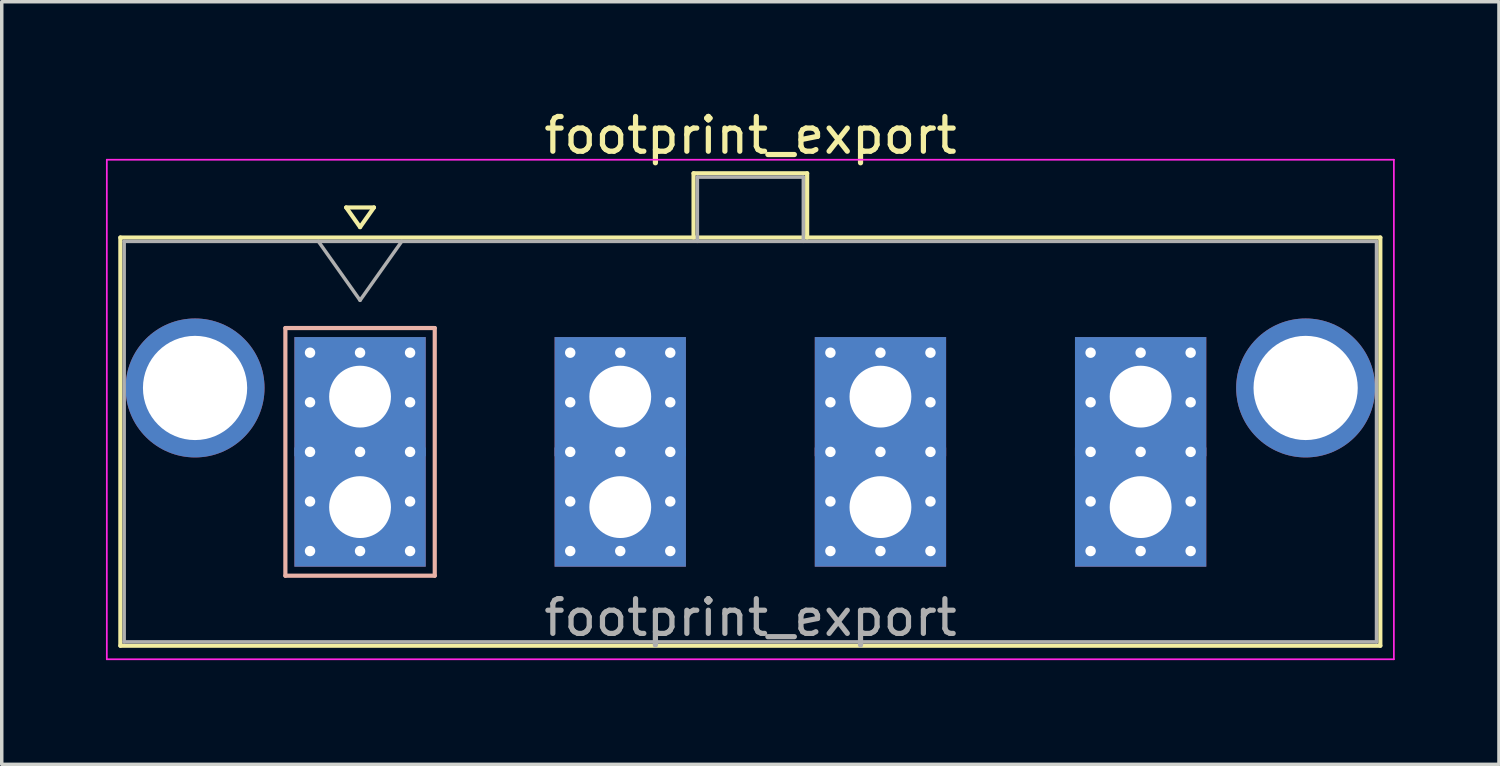
<source format=kicad_pcb>
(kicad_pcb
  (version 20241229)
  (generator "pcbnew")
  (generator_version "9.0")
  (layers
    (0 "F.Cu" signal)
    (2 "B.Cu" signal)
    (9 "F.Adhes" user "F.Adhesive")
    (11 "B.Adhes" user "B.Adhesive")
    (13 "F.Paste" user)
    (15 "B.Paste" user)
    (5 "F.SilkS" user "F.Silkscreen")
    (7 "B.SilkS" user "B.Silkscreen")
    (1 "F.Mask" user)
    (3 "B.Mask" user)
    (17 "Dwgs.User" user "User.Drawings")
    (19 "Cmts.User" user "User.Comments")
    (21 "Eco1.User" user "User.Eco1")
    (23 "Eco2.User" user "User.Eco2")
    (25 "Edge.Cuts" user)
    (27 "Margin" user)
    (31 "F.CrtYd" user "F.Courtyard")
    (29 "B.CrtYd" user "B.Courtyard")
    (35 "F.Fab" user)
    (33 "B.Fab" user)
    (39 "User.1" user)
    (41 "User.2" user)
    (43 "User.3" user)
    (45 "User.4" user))
  (footprint "footprint_export"
    (layer "F.Cu")
    (at 7.315 11.548)
    (property "Reference" "footprint_export" (at 11.24 -10.7 0) (layer "F.SilkS") (effects (font (size 1 1) (thickness 0.15))))
    (attr through_hole)
    (fp_line (start -6.9 -7.76) (end -6.9 3.99) (stroke (width 0.12) (type solid)) (layer "F.SilkS"))
    (fp_line (start -6.9 3.99) (end 29.37 3.99) (stroke (width 0.12) (type solid)) (layer "F.SilkS"))
    (fp_line (start -0.4 -8.626) (end 0 -8.06) (stroke (width 0.12) (type solid)) (layer "F.SilkS"))
    (fp_line (start 0 -8.06) (end 0.4 -8.626) (stroke (width 0.12) (type solid)) (layer "F.SilkS"))
    (fp_line (start 0.4 -8.626) (end -0.4 -8.626) (stroke (width 0.12) (type solid)) (layer "F.SilkS"))
    (fp_line (start 9.6 -9.61) (end 12.87 -9.61) (stroke (width 0.12) (type solid)) (layer "F.SilkS"))
    (fp_line (start 9.6 -7.76) (end 9.6 -9.61) (stroke (width 0.12) (type solid)) (layer "F.SilkS"))
    (fp_line (start 12.87 -9.61) (end 12.87 -7.76) (stroke (width 0.12) (type solid)) (layer "F.SilkS"))
    (fp_line (start 29.37 -7.76) (end -6.9 -7.76) (stroke (width 0.12) (type solid)) (layer "F.SilkS"))
    (fp_line (start 29.37 3.99) (end 29.37 -7.76) (stroke (width 0.12) (type solid)) (layer "F.SilkS"))
    (fp_line (start -2.15 -5.155) (end -2.15 1.975) (stroke (width 0.12) (type solid)) (layer "B.SilkS"))
    (fp_line (start -2.15 1.975) (end 2.15 1.975) (stroke (width 0.12) (type solid)) (layer "B.SilkS"))
    (fp_line (start 2.15 -5.155) (end -2.15 -5.155) (stroke (width 0.12) (type solid)) (layer "B.SilkS"))
    (fp_line (start 2.15 1.975) (end 2.15 -5.155) (stroke (width 0.12) (type solid)) (layer "B.SilkS"))
    (fp_line (start -7.29 -10) (end -7.29 4.38) (stroke (width 0.05) (type solid)) (layer "F.CrtYd"))
    (fp_line (start -7.29 4.38) (end 29.76 4.38) (stroke (width 0.05) (type solid)) (layer "F.CrtYd"))
    (fp_line (start 29.76 -10) (end -7.29 -10) (stroke (width 0.05) (type solid)) (layer "F.CrtYd"))
    (fp_line (start 29.76 4.38) (end 29.76 -10) (stroke (width 0.05) (type solid)) (layer "F.CrtYd"))
    (fp_line (start -6.79 -7.65) (end -6.79 3.88) (stroke (width 0.1) (type solid)) (layer "F.Fab"))
    (fp_line (start -6.79 3.88) (end 29.26 3.88) (stroke (width 0.1) (type solid)) (layer "F.Fab"))
    (fp_line (start -1.2 -7.65) (end 0 -5.953) (stroke (width 0.1) (type solid)) (layer "F.Fab"))
    (fp_line (start 0 -5.953) (end 1.2 -7.65) (stroke (width 0.1) (type solid)) (layer "F.Fab"))
    (fp_line (start 9.71 -9.5) (end 12.76 -9.5) (stroke (width 0.1) (type solid)) (layer "F.Fab"))
    (fp_line (start 9.71 -7.65) (end 9.71 -9.5) (stroke (width 0.1) (type solid)) (layer "F.Fab"))
    (fp_line (start 12.76 -9.5) (end 12.76 -7.65) (stroke (width 0.1) (type solid)) (layer "F.Fab"))
    (fp_line (start 29.26 -7.65) (end -6.79 -7.65) (stroke (width 0.1) (type solid)) (layer "F.Fab"))
    (fp_line (start 29.26 3.88) (end 29.26 -7.65) (stroke (width 0.1) (type solid)) (layer "F.Fab"))
    (fp_text user "${REFERENCE}" (at 11.24 3.18 0) (layer "F.Fab") (effects (font (size 1 1) (thickness 0.15))))
    (pad "" thru_hole circle (at -4.75 -3.43) (size 4 4) (drill 3) (layers "*.Cu" "*.Mask"))
    (pad "" thru_hole circle (at 27.22 -3.43) (size 4 4) (drill 3) (layers "*.Cu" "*.Mask"))
    (pad "1" thru_hole rect (at -1.44 -4.445) (size 0.6 0.6) (drill 0.3) (layers "*.Cu" "*.Mask"))
    (pad "1" thru_hole rect (at -1.44 -3.018) (size 0.6 0.6) (drill 0.3) (layers "*.Cu" "*.Mask"))
    (pad "1" thru_hole rect (at -1.44 -1.59) (size 0.6 0.6) (drill 0.3) (layers "*.Cu" "*.Mask"))
    (pad "1" thru_hole rect (at -1.44 -0.163) (size 0.6 0.6) (drill 0.3) (layers "*.Cu" "*.Mask"))
    (pad "1" thru_hole rect (at -1.44 1.265) (size 0.6 0.6) (drill 0.3) (layers "*.Cu" "*.Mask"))
    (pad "1" thru_hole rect (at 0 -4.445) (size 0.6 0.6) (drill 0.3) (layers "*.Cu" "*.Mask"))
    (pad "1" thru_hole rect (at 0 -3.18) (size 3.78 3.43) (drill 1.78) (layers "*.Cu" "*.Mask"))
    (pad "1" thru_hole rect (at 0 -1.59) (size 0.6 0.6) (drill 0.3) (layers "*.Cu" "*.Mask"))
    (pad "1" thru_hole rect (at 0 0) (size 3.78 3.43) (drill 1.78) (layers "*.Cu" "*.Mask"))
    (pad "1" thru_hole rect (at 0 1.265) (size 0.6 0.6) (drill 0.3) (layers "*.Cu" "*.Mask"))
    (pad "1" thru_hole rect (at 1.44 -4.445) (size 0.6 0.6) (drill 0.3) (layers "*.Cu" "*.Mask"))
    (pad "1" thru_hole rect (at 1.44 -3.018) (size 0.6 0.6) (drill 0.3) (layers "*.Cu" "*.Mask"))
    (pad "1" thru_hole rect (at 1.44 -1.59) (size 0.6 0.6) (drill 0.3) (layers "*.Cu" "*.Mask"))
    (pad "1" thru_hole rect (at 1.44 -0.163) (size 0.6 0.6) (drill 0.3) (layers "*.Cu" "*.Mask"))
    (pad "1" thru_hole rect (at 1.44 1.265) (size 0.6 0.6) (drill 0.3) (layers "*.Cu" "*.Mask"))
    (pad "2" thru_hole circle (at 6.05 -4.445) (size 0.6 0.6) (drill 0.3) (layers "*.Cu" "*.Mask"))
    (pad "2" thru_hole circle (at 6.05 -3.018) (size 0.6 0.6) (drill 0.3) (layers "*.Cu" "*.Mask"))
    (pad "2" thru_hole circle (at 6.05 -1.59) (size 0.6 0.6) (drill 0.3) (layers "*.Cu" "*.Mask"))
    (pad "2" thru_hole circle (at 6.05 -0.163) (size 0.6 0.6) (drill 0.3) (layers "*.Cu" "*.Mask"))
    (pad "2" thru_hole circle (at 6.05 1.265) (size 0.6 0.6) (drill 0.3) (layers "*.Cu" "*.Mask"))
    (pad "2" thru_hole circle (at 7.49 -4.445) (size 0.6 0.6) (drill 0.3) (layers "*.Cu" "*.Mask"))
    (pad "2" thru_hole rect (at 7.49 -3.18) (size 3.78 3.43) (drill 1.78) (layers "*.Cu" "*.Mask"))
    (pad "2" thru_hole circle (at 7.49 -1.59) (size 0.6 0.6) (drill 0.3) (layers "*.Cu" "*.Mask"))
    (pad "2" thru_hole rect (at 7.49 0) (size 3.78 3.43) (drill 1.78) (layers "*.Cu" "*.Mask"))
    (pad "2" thru_hole circle (at 7.49 1.265) (size 0.6 0.6) (drill 0.3) (layers "*.Cu" "*.Mask"))
    (pad "2" thru_hole circle (at 8.93 -4.445) (size 0.6 0.6) (drill 0.3) (layers "*.Cu" "*.Mask"))
    (pad "2" thru_hole circle (at 8.93 -3.018) (size 0.6 0.6) (drill 0.3) (layers "*.Cu" "*.Mask"))
    (pad "2" thru_hole circle (at 8.93 -1.59) (size 0.6 0.6) (drill 0.3) (layers "*.Cu" "*.Mask"))
    (pad "2" thru_hole circle (at 8.93 -0.163) (size 0.6 0.6) (drill 0.3) (layers "*.Cu" "*.Mask"))
    (pad "2" thru_hole circle (at 8.93 1.265) (size 0.6 0.6) (drill 0.3) (layers "*.Cu" "*.Mask"))
    (pad "3" thru_hole circle (at 13.54 -4.445) (size 0.6 0.6) (drill 0.3) (layers "*.Cu" "*.Mask"))
    (pad "3" thru_hole circle (at 13.54 -3.018) (size 0.6 0.6) (drill 0.3) (layers "*.Cu" "*.Mask"))
    (pad "3" thru_hole circle (at 13.54 -1.59) (size 0.6 0.6) (drill 0.3) (layers "*.Cu" "*.Mask"))
    (pad "3" thru_hole circle (at 13.54 -0.163) (size 0.6 0.6) (drill 0.3) (layers "*.Cu" "*.Mask"))
    (pad "3" thru_hole circle (at 13.54 1.265) (size 0.6 0.6) (drill 0.3) (layers "*.Cu" "*.Mask"))
    (pad "3" thru_hole circle (at 14.98 -4.445) (size 0.6 0.6) (drill 0.3) (layers "*.Cu" "*.Mask"))
    (pad "3" thru_hole rect (at 14.98 -3.18) (size 3.78 3.43) (drill 1.78) (layers "*.Cu" "*.Mask"))
    (pad "3" thru_hole circle (at 14.98 -1.59) (size 0.6 0.6) (drill 0.3) (layers "*.Cu" "*.Mask"))
    (pad "3" thru_hole rect (at 14.98 0) (size 3.78 3.43) (drill 1.78) (layers "*.Cu" "*.Mask"))
    (pad "3" thru_hole circle (at 14.98 1.265) (size 0.6 0.6) (drill 0.3) (layers "*.Cu" "*.Mask"))
    (pad "3" thru_hole circle (at 16.42 -4.445) (size 0.6 0.6) (drill 0.3) (layers "*.Cu" "*.Mask"))
    (pad "3" thru_hole circle (at 16.42 -3.018) (size 0.6 0.6) (drill 0.3) (layers "*.Cu" "*.Mask"))
    (pad "3" thru_hole circle (at 16.42 -1.59) (size 0.6 0.6) (drill 0.3) (layers "*.Cu" "*.Mask"))
    (pad "3" thru_hole circle (at 16.42 -0.163) (size 0.6 0.6) (drill 0.3) (layers "*.Cu" "*.Mask"))
    (pad "3" thru_hole circle (at 16.42 1.265) (size 0.6 0.6) (drill 0.3) (layers "*.Cu" "*.Mask"))
    (pad "4" thru_hole circle (at 21.03 -4.445) (size 0.6 0.6) (drill 0.3) (layers "*.Cu" "*.Mask"))
    (pad "4" thru_hole circle (at 21.03 -3.018) (size 0.6 0.6) (drill 0.3) (layers "*.Cu" "*.Mask"))
    (pad "4" thru_hole circle (at 21.03 -1.59) (size 0.6 0.6) (drill 0.3) (layers "*.Cu" "*.Mask"))
    (pad "4" thru_hole circle (at 21.03 -0.163) (size 0.6 0.6) (drill 0.3) (layers "*.Cu" "*.Mask"))
    (pad "4" thru_hole circle (at 21.03 1.265) (size 0.6 0.6) (drill 0.3) (layers "*.Cu" "*.Mask"))
    (pad "4" thru_hole circle (at 22.47 -4.445) (size 0.6 0.6) (drill 0.3) (layers "*.Cu" "*.Mask"))
    (pad "4" thru_hole rect (at 22.47 -3.18) (size 3.78 3.43) (drill 1.78) (layers "*.Cu" "*.Mask"))
    (pad "4" thru_hole circle (at 22.47 -1.59) (size 0.6 0.6) (drill 0.3) (layers "*.Cu" "*.Mask"))
    (pad "4" thru_hole rect (at 22.47 0) (size 3.78 3.43) (drill 1.78) (layers "*.Cu" "*.Mask"))
    (pad "4" thru_hole circle (at 22.47 1.265) (size 0.6 0.6) (drill 0.3) (layers "*.Cu" "*.Mask"))
    (pad "4" thru_hole circle (at 23.91 -4.445) (size 0.6 0.6) (drill 0.3) (layers "*.Cu" "*.Mask"))
    (pad "4" thru_hole circle (at 23.91 -3.018) (size 0.6 0.6) (drill 0.3) (layers "*.Cu" "*.Mask"))
    (pad "4" thru_hole circle (at 23.91 -1.59) (size 0.6 0.6) (drill 0.3) (layers "*.Cu" "*.Mask"))
    (pad "4" thru_hole circle (at 23.91 -0.163) (size 0.6 0.6) (drill 0.3) (layers "*.Cu" "*.Mask"))
    (pad "4" thru_hole circle (at 23.91 1.265) (size 0.6 0.6) (drill 0.3) (layers "*.Cu" "*.Mask")))
  (gr_rect
    (start -3 -3)
    (end 40.1 18.953)
    (stroke (width 0.1) (type default))
    (fill no)
    (layer "Edge.Cuts")))
</source>
